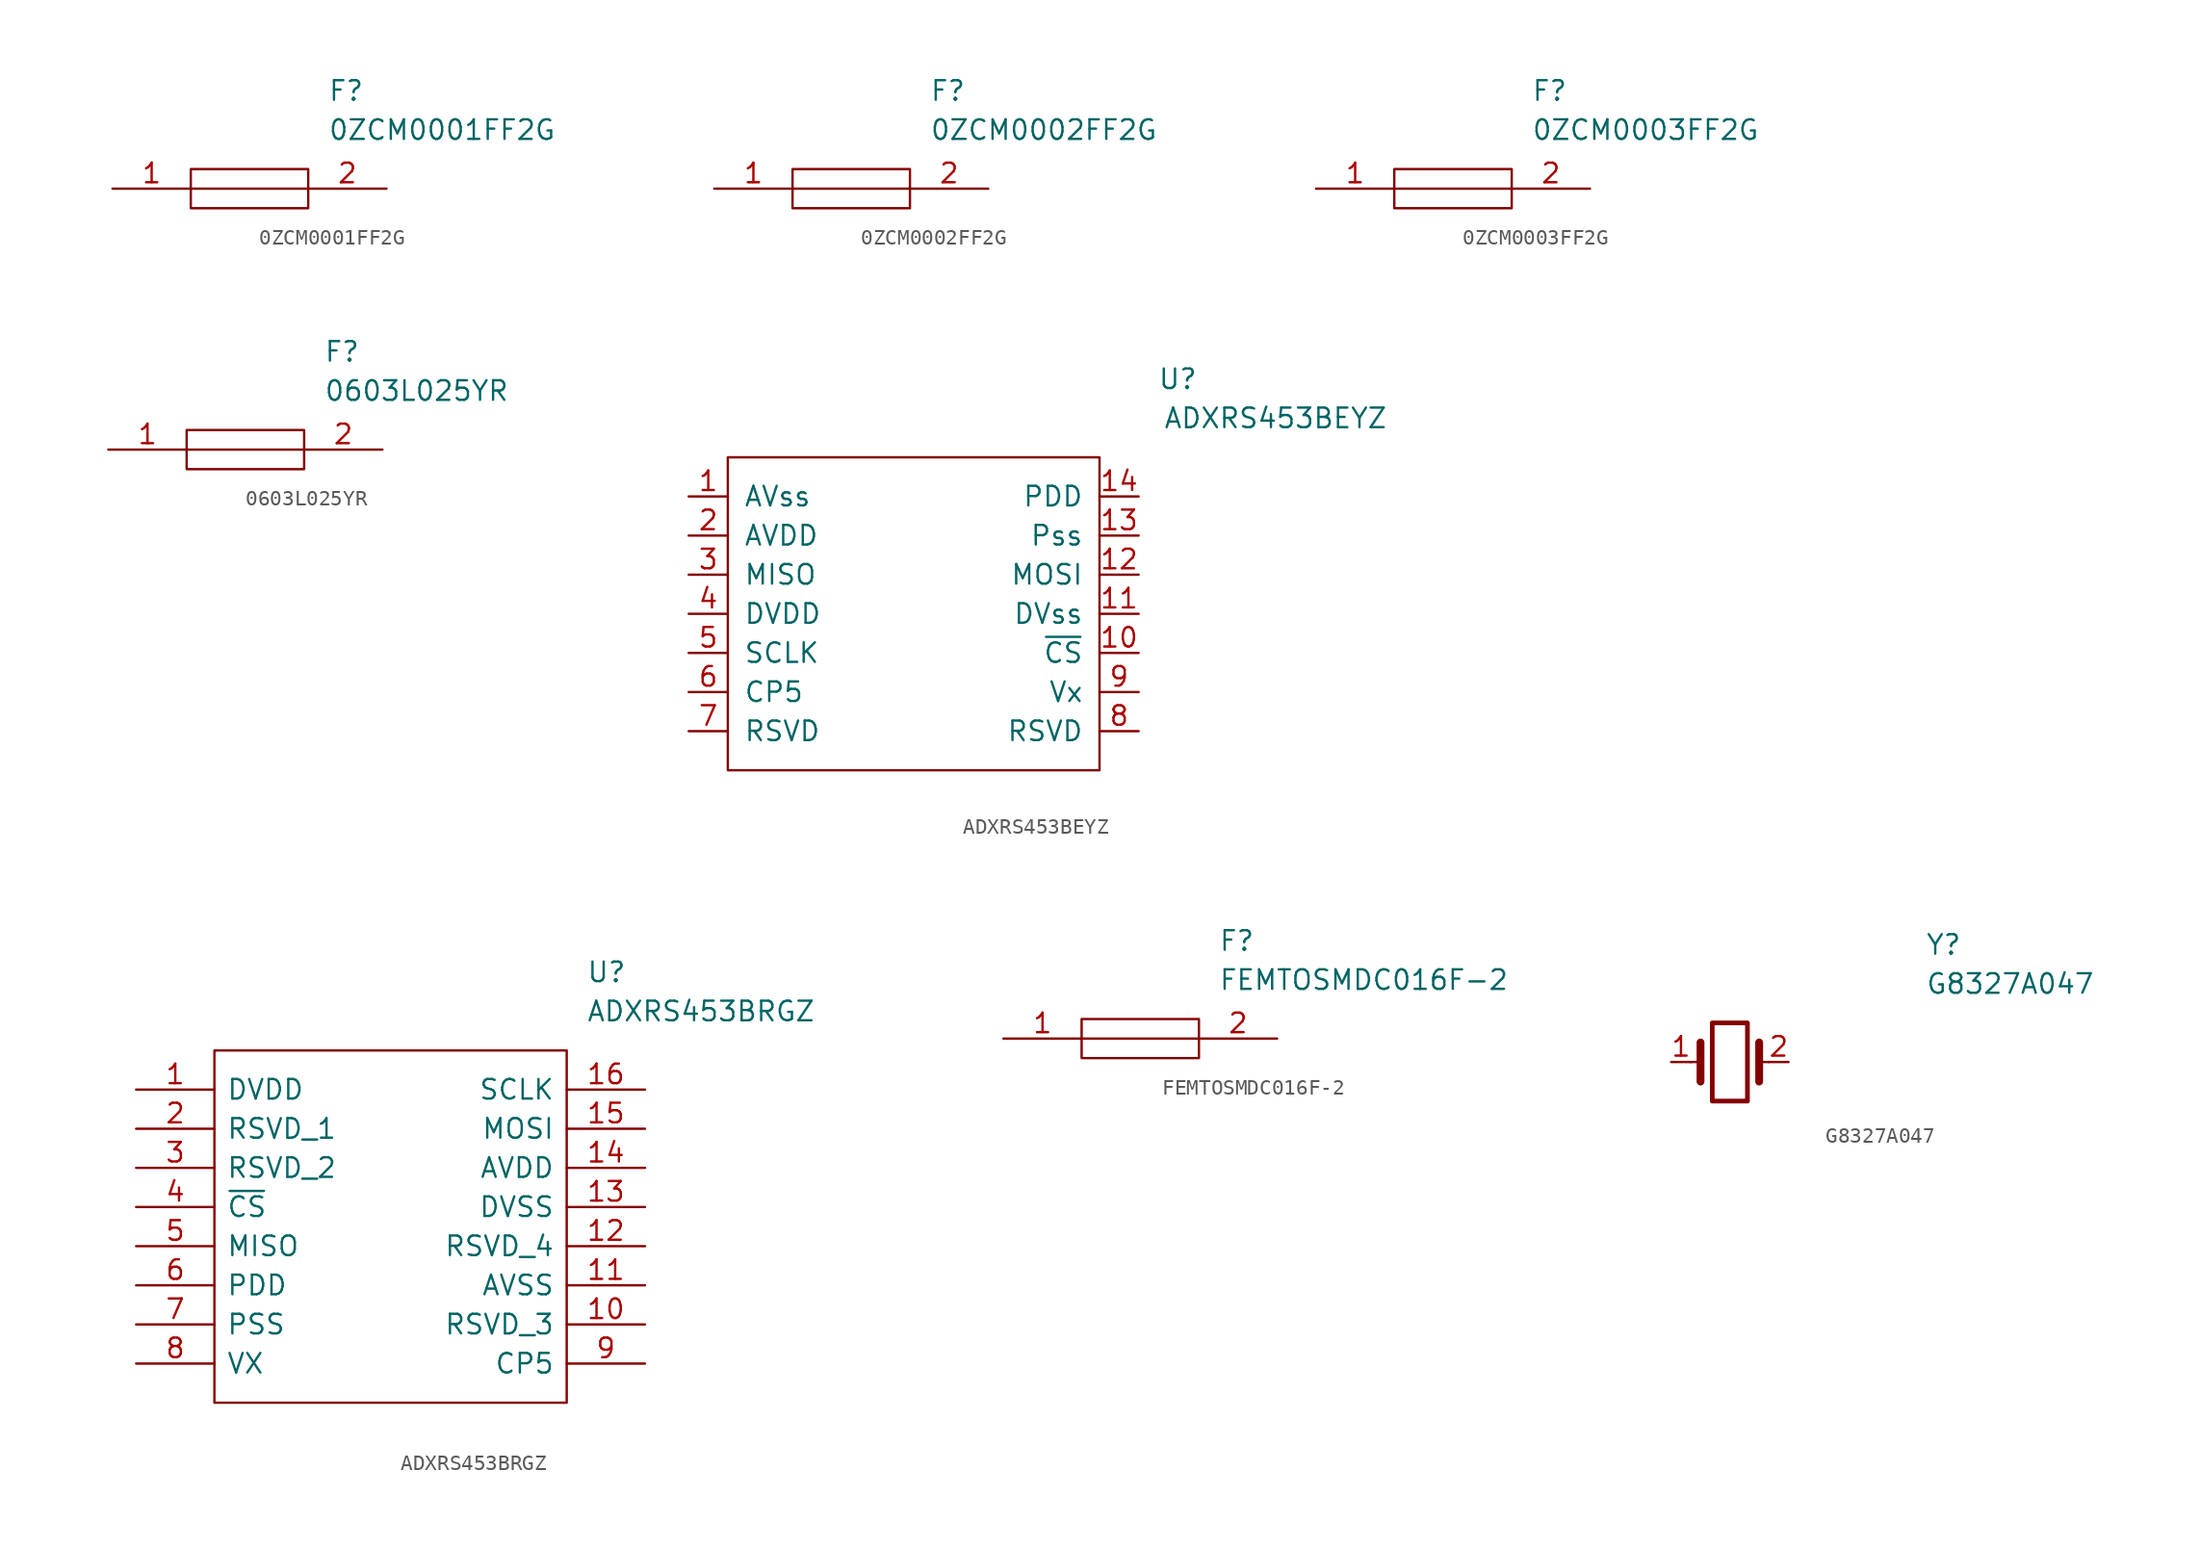
<source format=kicad_sym>
(kicad_symbol_lib
  (version 20211014)
  (generator kicad_symbol_editor)
  (symbol "0ZCM0001FF2G"
    (pin_names
      (offset 0.762))
    (property "Reference" "F"
      (at 13.97 6.35 0)
      (effects (font (size 1.27 1.27)) (justify left)))
    (property "Value" "0ZCM0001FF2G"
      (at 13.97 3.81 0)
      (effects (font (size 1.27 1.27)) (justify left)))
    (symbol "0ZCM0001FF2G_0_0"
      (pin passive line (at 0 0 0) (length 5.08) (name "~" (effects (font (size 1.27 1.27)))) (number "1" (effects (font (size 1.27 1.27)))))
      (pin passive line (at 17.78 0 180) (length 5.08) (name "~" (effects (font (size 1.27 1.27)))) (number "2" (effects (font (size 1.27 1.27))))))
    (symbol "0ZCM0001FF2G_0_1"
      (polyline (pts (xy 5.08 0) (xy 12.7 0)) (stroke (width 0.152) (type default) (color 0 0 0 0)) (fill (type none)))
      (polyline (pts (xy 5.08 1.27) (xy 12.7 1.27) (xy 12.7 -1.27) (xy 5.08 -1.27) (xy 5.08 1.27)) (stroke (width 0.152) (type default) (color 0 0 0 0)) (fill (type none)))))
  (symbol "0ZCM0002FF2G"
    (pin_names
      (offset 0.762))
    (property "Reference" "F"
      (at 13.97 6.35 0)
      (effects (font (size 1.27 1.27)) (justify left)))
    (property "Value" "0ZCM0002FF2G"
      (at 13.97 3.81 0)
      (effects (font (size 1.27 1.27)) (justify left)))
    (symbol "0ZCM0002FF2G_0_0"
      (pin passive line (at 0 0 0) (length 5.08) (name "~" (effects (font (size 1.27 1.27)))) (number "1" (effects (font (size 1.27 1.27)))))
      (pin passive line (at 17.78 0 180) (length 5.08) (name "~" (effects (font (size 1.27 1.27)))) (number "2" (effects (font (size 1.27 1.27))))))
    (symbol "0ZCM0002FF2G_0_1"
      (polyline (pts (xy 5.08 0) (xy 12.7 0)) (stroke (width 0.152) (type default) (color 0 0 0 0)) (fill (type none)))
      (polyline (pts (xy 5.08 1.27) (xy 12.7 1.27) (xy 12.7 -1.27) (xy 5.08 -1.27) (xy 5.08 1.27)) (stroke (width 0.152) (type default) (color 0 0 0 0)) (fill (type none)))))
  (symbol "0ZCM0003FF2G"
    (pin_names
      (offset 0.762))
    (property "Reference" "F"
      (at 13.97 6.35 0)
      (effects (font (size 1.27 1.27)) (justify left)))
    (property "Value" "0ZCM0003FF2G"
      (at 13.97 3.81 0)
      (effects (font (size 1.27 1.27)) (justify left)))
    (symbol "0ZCM0003FF2G_0_0"
      (pin passive line (at 0 0 0) (length 5.08) (name "~" (effects (font (size 1.27 1.27)))) (number "1" (effects (font (size 1.27 1.27)))))
      (pin passive line (at 17.78 0 180) (length 5.08) (name "~" (effects (font (size 1.27 1.27)))) (number "2" (effects (font (size 1.27 1.27))))))
    (symbol "0ZCM0003FF2G_0_1"
      (polyline (pts (xy 5.08 0) (xy 12.7 0)) (stroke (width 0.152) (type default) (color 0 0 0 0)) (fill (type none)))
      (polyline (pts (xy 5.08 1.27) (xy 12.7 1.27) (xy 12.7 -1.27) (xy 5.08 -1.27) (xy 5.08 1.27)) (stroke (width 0.152) (type default) (color 0 0 0 0)) (fill (type none)))))
  (symbol "0603L025YR"
    (pin_names
      (offset 0.762))
    (property "Reference" "F"
      (at 13.97 6.35 0)
      (effects (font (size 1.27 1.27)) (justify left)))
    (property "Value" "0603L025YR"
      (at 13.97 3.81 0)
      (effects (font (size 1.27 1.27)) (justify left)))
    (symbol "0603L025YR_0_0"
      (pin passive line (at 0 0 0) (length 5.08) (name "~" (effects (font (size 1.27 1.27)))) (number "1" (effects (font (size 1.27 1.27)))))
      (pin passive line (at 17.78 0 180) (length 5.08) (name "~" (effects (font (size 1.27 1.27)))) (number "2" (effects (font (size 1.27 1.27))))))
    (symbol "0603L025YR_0_1"
      (polyline (pts (xy 5.08 0) (xy 12.7 0)) (stroke (width 0.152) (type default) (color 0 0 0 0)) (fill (type none)))
      (polyline (pts (xy 5.08 1.27) (xy 12.7 1.27) (xy 12.7 -1.27) (xy 5.08 -1.27) (xy 5.08 1.27)) (stroke (width 0.152) (type default) (color 0 0 0 0)) (fill (type none)))))
  (symbol "ADXRS453BEYZ"
    (pin_names
      (offset 1.016))
    (property "Reference" "U"
      (at 31.75 7.62 0)
      (effects (font (size 1.27 1.27))))
    (property "Value" "ADXRS453BEYZ"
      (at 38.1 5.08 0)
      (effects (font (size 1.27 1.27))))
    (symbol "ADXRS453BEYZ_0_1"
      (rectangle (start 2.54 2.54) (end 26.67 -17.78) (stroke (width 0.152) (type default) (color 0 0 0 0)) (fill (type none))))
    (symbol "ADXRS453BEYZ_1_1"
      (pin input line (at 0 0 0) (length 2.54) (name "AVss" (effects (font (size 1.27 1.27)))) (number "1" (effects (font (size 1.27 1.27)))))
      (pin input line (at 29.21 -10.16 180) (length 2.54) (name "~{CS}" (effects (font (size 1.27 1.27)))) (number "10" (effects (font (size 1.27 1.27)))))
      (pin input line (at 29.21 -7.62 180) (length 2.54) (name "DVss" (effects (font (size 1.27 1.27)))) (number "11" (effects (font (size 1.27 1.27)))))
      (pin input line (at 29.21 -5.08 180) (length 2.54) (name "MOSI" (effects (font (size 1.27 1.27)))) (number "12" (effects (font (size 1.27 1.27)))))
      (pin input line (at 29.21 -2.54 180) (length 2.54) (name "Pss" (effects (font (size 1.27 1.27)))) (number "13" (effects (font (size 1.27 1.27)))))
      (pin input line (at 29.21 0 180) (length 2.54) (name "PDD" (effects (font (size 1.27 1.27)))) (number "14" (effects (font (size 1.27 1.27)))))
      (pin input line (at 0 -2.54 0) (length 2.54) (name "AVDD" (effects (font (size 1.27 1.27)))) (number "2" (effects (font (size 1.27 1.27)))))
      (pin input line (at 0 -5.08 0) (length 2.54) (name "MISO" (effects (font (size 1.27 1.27)))) (number "3" (effects (font (size 1.27 1.27)))))
      (pin input line (at 0 -7.62 0) (length 2.54) (name "DVDD" (effects (font (size 1.27 1.27)))) (number "4" (effects (font (size 1.27 1.27)))))
      (pin input line (at 0 -10.16 0) (length 2.54) (name "SCLK" (effects (font (size 1.27 1.27)))) (number "5" (effects (font (size 1.27 1.27)))))
      (pin input line (at 0 -12.7 0) (length 2.54) (name "CP5" (effects (font (size 1.27 1.27)))) (number "6" (effects (font (size 1.27 1.27)))))
      (pin input line (at 0 -15.24 0) (length 2.54) (name "RSVD" (effects (font (size 1.27 1.27)))) (number "7" (effects (font (size 1.27 1.27)))))
      (pin input line (at 29.21 -15.24 180) (length 2.54) (name "RSVD" (effects (font (size 1.27 1.27)))) (number "8" (effects (font (size 1.27 1.27)))))
      (pin input line (at 29.21 -12.7 180) (length 2.54) (name "Vx" (effects (font (size 1.27 1.27)))) (number "9" (effects (font (size 1.27 1.27)))))))
  (symbol "ADXRS453BRGZ"
    (pin_names
      (offset 0.762))
    (property "Reference" "U"
      (at 29.21 7.62 0)
      (effects (font (size 1.27 1.27)) (justify left)))
    (property "Value" "ADXRS453BRGZ"
      (at 29.21 5.08 0)
      (effects (font (size 1.27 1.27)) (justify left)))
    (symbol "ADXRS453BRGZ_0_0"
      (pin passive line (at 0 0 0) (length 5.08) (name "DVDD" (effects (font (size 1.27 1.27)))) (number "1" (effects (font (size 1.27 1.27)))))
      (pin passive line (at 33.02 -15.24 180) (length 5.08) (name "RSVD_3" (effects (font (size 1.27 1.27)))) (number "10" (effects (font (size 1.27 1.27)))))
      (pin passive line (at 33.02 -12.7 180) (length 5.08) (name "AVSS" (effects (font (size 1.27 1.27)))) (number "11" (effects (font (size 1.27 1.27)))))
      (pin passive line (at 33.02 -10.16 180) (length 5.08) (name "RSVD_4" (effects (font (size 1.27 1.27)))) (number "12" (effects (font (size 1.27 1.27)))))
      (pin passive line (at 33.02 -7.62 180) (length 5.08) (name "DVSS" (effects (font (size 1.27 1.27)))) (number "13" (effects (font (size 1.27 1.27)))))
      (pin passive line (at 33.02 -5.08 180) (length 5.08) (name "AVDD" (effects (font (size 1.27 1.27)))) (number "14" (effects (font (size 1.27 1.27)))))
      (pin passive line (at 33.02 -2.54 180) (length 5.08) (name "MOSI" (effects (font (size 1.27 1.27)))) (number "15" (effects (font (size 1.27 1.27)))))
      (pin passive line (at 33.02 0 180) (length 5.08) (name "SCLK" (effects (font (size 1.27 1.27)))) (number "16" (effects (font (size 1.27 1.27)))))
      (pin passive line (at 0 -2.54 0) (length 5.08) (name "RSVD_1" (effects (font (size 1.27 1.27)))) (number "2" (effects (font (size 1.27 1.27)))))
      (pin passive line (at 0 -5.08 0) (length 5.08) (name "RSVD_2" (effects (font (size 1.27 1.27)))) (number "3" (effects (font (size 1.27 1.27)))))
      (pin passive line (at 0 -7.62 0) (length 5.08) (name "~{CS}" (effects (font (size 1.27 1.27)))) (number "4" (effects (font (size 1.27 1.27)))))
      (pin passive line (at 0 -10.16 0) (length 5.08) (name "MISO" (effects (font (size 1.27 1.27)))) (number "5" (effects (font (size 1.27 1.27)))))
      (pin passive line (at 0 -12.7 0) (length 5.08) (name "PDD" (effects (font (size 1.27 1.27)))) (number "6" (effects (font (size 1.27 1.27)))))
      (pin passive line (at 0 -15.24 0) (length 5.08) (name "PSS" (effects (font (size 1.27 1.27)))) (number "7" (effects (font (size 1.27 1.27)))))
      (pin passive line (at 0 -17.78 0) (length 5.08) (name "VX" (effects (font (size 1.27 1.27)))) (number "8" (effects (font (size 1.27 1.27)))))
      (pin passive line (at 33.02 -17.78 180) (length 5.08) (name "CP5" (effects (font (size 1.27 1.27)))) (number "9" (effects (font (size 1.27 1.27))))))
    (symbol "ADXRS453BRGZ_0_1"
      (polyline (pts (xy 5.08 2.54) (xy 27.94 2.54) (xy 27.94 -20.32) (xy 5.08 -20.32) (xy 5.08 2.54)) (stroke (width 0.152) (type default) (color 0 0 0 0)) (fill (type none)))))
  (symbol "FEMTOSMDC016F-2"
    (pin_names
      (offset 0.762))
    (property "Reference" "F"
      (at 13.97 6.35 0)
      (effects (font (size 1.27 1.27)) (justify left)))
    (property "Value" "FEMTOSMDC016F-2"
      (at 13.97 3.81 0)
      (effects (font (size 1.27 1.27)) (justify left)))
    (symbol "FEMTOSMDC016F-2_0_0"
      (pin passive line (at 0 0 0) (length 5.08) (name "~" (effects (font (size 1.27 1.27)))) (number "1" (effects (font (size 1.27 1.27)))))
      (pin passive line (at 17.78 0 180) (length 5.08) (name "~" (effects (font (size 1.27 1.27)))) (number "2" (effects (font (size 1.27 1.27))))))
    (symbol "FEMTOSMDC016F-2_0_1"
      (polyline (pts (xy 5.08 0) (xy 12.7 0)) (stroke (width 0.152) (type default) (color 0 0 0 0)) (fill (type none)))
      (polyline (pts (xy 5.08 1.27) (xy 12.7 1.27) (xy 12.7 -1.27) (xy 5.08 -1.27) (xy 5.08 1.27)) (stroke (width 0.152) (type default) (color 0 0 0 0)) (fill (type none)))))
  (symbol "G8327A047"
    (pin_names
      (offset 0.762))
    (property "Reference" "Y"
      (at 16.51 7.62 0)
      (effects (font (size 1.27 1.27)) (justify left)))
    (property "Value" "G8327A047"
      (at 16.51 5.08 0)
      (effects (font (size 1.27 1.27)) (justify left)))
    (symbol "G8327A047_1_1"
      (polyline (pts (xy 1.27 0) (xy 1.905 0)) (stroke (width 0) (type default) (color 0 0 0 0)) (fill (type none)))
      (polyline (pts (xy 1.905 -1.27) (xy 1.905 1.27)) (stroke (width 0.508) (type default) (color 0 0 0 0)) (fill (type none)))
      (polyline (pts (xy 5.715 -1.27) (xy 5.715 1.27)) (stroke (width 0.508) (type default) (color 0 0 0 0)) (fill (type none)))
      (polyline (pts (xy 6.35 0) (xy 5.715 0)) (stroke (width 0) (type default) (color 0 0 0 0)) (fill (type none)))
      (rectangle (start 2.667 2.54) (end 4.953 -2.54) (stroke (width 0.305) (type default) (color 0 0 0 0)) (fill (type none)))
      (pin passive line (at 0 0 0) (length 1.27) (name "~" (effects (font (size 1.27 1.27)))) (number "1" (effects (font (size 1.27 1.27)))))
      (pin passive line (at 7.62 0 180) (length 1.27) (name "~" (effects (font (size 1.27 1.27)))) (number "2" (effects (font (size 1.27 1.27))))))))
</source>
